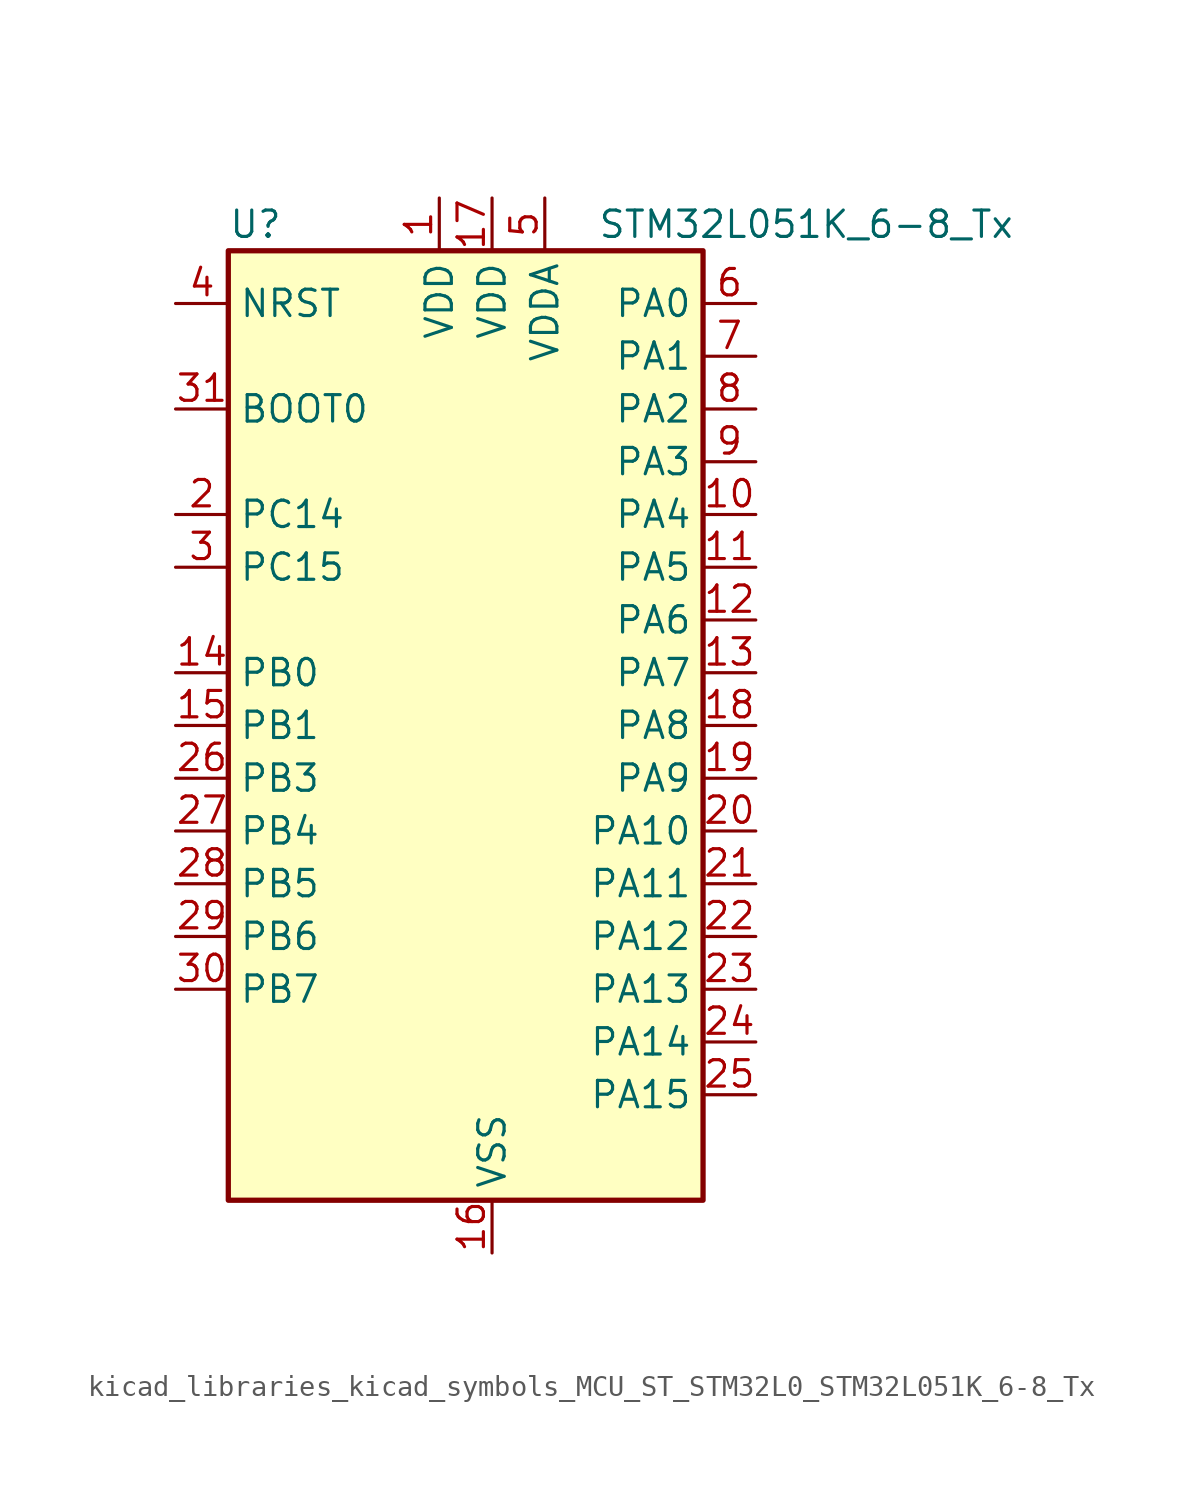
<source format=kicad_sym>
(kicad_symbol_lib
  (version 20220914)
  (generator kicad_symbol_editor)
  (symbol "kicad_libraries_kicad_symbols_MCU_ST_STM32L0_STM32L051K_6-8_Tx"
    (property "Reference" "U"
      (at -10.16 24.13 0)
      (effects (font (size 1.27 1.27)) (justify left)))
    (property "Value" "STM32L051K_6-8_Tx"
      (at 7.62 24.13 0)
      (effects (font (size 1.27 1.27)) (justify left)))
    (property "ki_locked" ""
      (at 0 0 0)
      (effects (font (size 1.27 1.27))))
    (symbol "kicad_libraries_kicad_symbols_MCU_ST_STM32L0_STM32L051K_6-8_Tx_0_1"
      (rectangle (start -10.16 -22.86) (end 12.7 22.86) (stroke (width 0.254) (type default)) (fill (type background))))
    (symbol "kicad_libraries_kicad_symbols_MCU_ST_STM32L0_STM32L051K_6-8_Tx_1_1"
      (pin power_in line (at 0 25.4 270) (length 2.54) (name "VDD" (effects (font (size 1.27 1.27)))) (number "1" (effects (font (size 1.27 1.27)))))
      (pin bidirectional line (at 15.24 10.16 180) (length 2.54) (name "PA4" (effects (font (size 1.27 1.27)))) (number "10" (effects (font (size 1.27 1.27)))) (alternate "ADC_IN4" bidirectional line) (alternate "COMP1_INM" bidirectional line) (alternate "COMP2_INM" bidirectional line) (alternate "SPI1_NSS" bidirectional line) (alternate "TIM22_ETR" bidirectional line) (alternate "USART2_CK" bidirectional line))
      (pin bidirectional line (at 15.24 7.62 180) (length 2.54) (name "PA5" (effects (font (size 1.27 1.27)))) (number "11" (effects (font (size 1.27 1.27)))) (alternate "ADC_IN5" bidirectional line) (alternate "COMP1_INM" bidirectional line) (alternate "COMP2_INM" bidirectional line) (alternate "SPI1_SCK" bidirectional line) (alternate "TIM2_CH1" bidirectional line) (alternate "TIM2_ETR" bidirectional line))
      (pin bidirectional line (at 15.24 5.08 180) (length 2.54) (name "PA6" (effects (font (size 1.27 1.27)))) (number "12" (effects (font (size 1.27 1.27)))) (alternate "ADC_IN6" bidirectional line) (alternate "COMP1_OUT" bidirectional line) (alternate "SPI1_MISO" bidirectional line) (alternate "TIM22_CH1" bidirectional line))
      (pin bidirectional line (at 15.24 2.54 180) (length 2.54) (name "PA7" (effects (font (size 1.27 1.27)))) (number "13" (effects (font (size 1.27 1.27)))) (alternate "ADC_IN7" bidirectional line) (alternate "COMP2_OUT" bidirectional line) (alternate "SPI1_MOSI" bidirectional line) (alternate "TIM22_CH2" bidirectional line))
      (pin bidirectional line (at -12.7 2.54 0) (length 2.54) (name "PB0" (effects (font (size 1.27 1.27)))) (number "14" (effects (font (size 1.27 1.27)))) (alternate "ADC_IN8" bidirectional line) (alternate "SYS_VREF_OUT_PB0" bidirectional line))
      (pin bidirectional line (at -12.7 0 0) (length 2.54) (name "PB1" (effects (font (size 1.27 1.27)))) (number "15" (effects (font (size 1.27 1.27)))) (alternate "ADC_IN9" bidirectional line) (alternate "SYS_VREF_OUT_PB1" bidirectional line))
      (pin power_in line (at 2.54 -25.4 90) (length 2.54) (name "VSS" (effects (font (size 1.27 1.27)))) (number "16" (effects (font (size 1.27 1.27)))))
      (pin power_in line (at 2.54 25.4 270) (length 2.54) (name "VDD" (effects (font (size 1.27 1.27)))) (number "17" (effects (font (size 1.27 1.27)))))
      (pin bidirectional line (at 15.24 0 180) (length 2.54) (name "PA8" (effects (font (size 1.27 1.27)))) (number "18" (effects (font (size 1.27 1.27)))) (alternate "RCC_MCO" bidirectional line) (alternate "USART1_CK" bidirectional line))
      (pin bidirectional line (at 15.24 -2.54 180) (length 2.54) (name "PA9" (effects (font (size 1.27 1.27)))) (number "19" (effects (font (size 1.27 1.27)))) (alternate "RCC_MCO" bidirectional line) (alternate "USART1_TX" bidirectional line))
      (pin bidirectional line (at -12.7 10.16 0) (length 2.54) (name "PC14" (effects (font (size 1.27 1.27)))) (number "2" (effects (font (size 1.27 1.27)))) (alternate "RCC_OSC32_IN" bidirectional line))
      (pin bidirectional line (at 15.24 -5.08 180) (length 2.54) (name "PA10" (effects (font (size 1.27 1.27)))) (number "20" (effects (font (size 1.27 1.27)))) (alternate "USART1_RX" bidirectional line))
      (pin bidirectional line (at 15.24 -7.62 180) (length 2.54) (name "PA11" (effects (font (size 1.27 1.27)))) (number "21" (effects (font (size 1.27 1.27)))) (alternate "ADC_EXTI11" bidirectional line) (alternate "COMP1_OUT" bidirectional line) (alternate "SPI1_MISO" bidirectional line) (alternate "USART1_CTS" bidirectional line))
      (pin bidirectional line (at 15.24 -10.16 180) (length 2.54) (name "PA12" (effects (font (size 1.27 1.27)))) (number "22" (effects (font (size 1.27 1.27)))) (alternate "COMP2_OUT" bidirectional line) (alternate "SPI1_MOSI" bidirectional line) (alternate "USART1_DE" bidirectional line) (alternate "USART1_RTS" bidirectional line))
      (pin bidirectional line (at 15.24 -12.7 180) (length 2.54) (name "PA13" (effects (font (size 1.27 1.27)))) (number "23" (effects (font (size 1.27 1.27)))) (alternate "SYS_SWDIO" bidirectional line))
      (pin bidirectional line (at 15.24 -15.24 180) (length 2.54) (name "PA14" (effects (font (size 1.27 1.27)))) (number "24" (effects (font (size 1.27 1.27)))) (alternate "SYS_SWCLK" bidirectional line) (alternate "USART2_TX" bidirectional line))
      (pin bidirectional line (at 15.24 -17.78 180) (length 2.54) (name "PA15" (effects (font (size 1.27 1.27)))) (number "25" (effects (font (size 1.27 1.27)))) (alternate "SPI1_NSS" bidirectional line) (alternate "TIM2_CH1" bidirectional line) (alternate "TIM2_ETR" bidirectional line) (alternate "USART2_RX" bidirectional line))
      (pin bidirectional line (at -12.7 -2.54 0) (length 2.54) (name "PB3" (effects (font (size 1.27 1.27)))) (number "26" (effects (font (size 1.27 1.27)))) (alternate "COMP2_INM" bidirectional line) (alternate "SPI1_SCK" bidirectional line) (alternate "TIM2_CH2" bidirectional line))
      (pin bidirectional line (at -12.7 -5.08 0) (length 2.54) (name "PB4" (effects (font (size 1.27 1.27)))) (number "27" (effects (font (size 1.27 1.27)))) (alternate "COMP2_INP" bidirectional line) (alternate "SPI1_MISO" bidirectional line) (alternate "TIM22_CH1" bidirectional line))
      (pin bidirectional line (at -12.7 -7.62 0) (length 2.54) (name "PB5" (effects (font (size 1.27 1.27)))) (number "28" (effects (font (size 1.27 1.27)))) (alternate "COMP2_INP" bidirectional line) (alternate "I2C1_SMBA" bidirectional line) (alternate "LPTIM1_IN1" bidirectional line) (alternate "SPI1_MOSI" bidirectional line) (alternate "TIM22_CH2" bidirectional line))
      (pin bidirectional line (at -12.7 -10.16 0) (length 2.54) (name "PB6" (effects (font (size 1.27 1.27)))) (number "29" (effects (font (size 1.27 1.27)))) (alternate "COMP2_INP" bidirectional line) (alternate "I2C1_SCL" bidirectional line) (alternate "LPTIM1_ETR" bidirectional line) (alternate "USART1_TX" bidirectional line))
      (pin bidirectional line (at -12.7 7.62 0) (length 2.54) (name "PC15" (effects (font (size 1.27 1.27)))) (number "3" (effects (font (size 1.27 1.27)))) (alternate "RCC_OSC32_OUT" bidirectional line))
      (pin bidirectional line (at -12.7 -12.7 0) (length 2.54) (name "PB7" (effects (font (size 1.27 1.27)))) (number "30" (effects (font (size 1.27 1.27)))) (alternate "COMP2_INP" bidirectional line) (alternate "I2C1_SDA" bidirectional line) (alternate "LPTIM1_IN2" bidirectional line) (alternate "SYS_PVD_IN" bidirectional line) (alternate "USART1_RX" bidirectional line))
      (pin input line (at -12.7 15.24 0) (length 2.54) (name "BOOT0" (effects (font (size 1.27 1.27)))) (number "31" (effects (font (size 1.27 1.27)))))
      (pin passive line (at 2.54 -25.4 90) (length 2.54) hide (name "VSS" (effects (font (size 1.27 1.27)))) (number "32" (effects (font (size 1.27 1.27)))))
      (pin input line (at -12.7 20.32 0) (length 2.54) (name "NRST" (effects (font (size 1.27 1.27)))) (number "4" (effects (font (size 1.27 1.27)))))
      (pin power_in line (at 5.08 25.4 270) (length 2.54) (name "VDDA" (effects (font (size 1.27 1.27)))) (number "5" (effects (font (size 1.27 1.27)))))
      (pin bidirectional line (at 15.24 20.32 180) (length 2.54) (name "PA0" (effects (font (size 1.27 1.27)))) (number "6" (effects (font (size 1.27 1.27)))) (alternate "ADC_IN0" bidirectional line) (alternate "COMP1_INM" bidirectional line) (alternate "COMP1_OUT" bidirectional line) (alternate "RTC_TAMP2" bidirectional line) (alternate "SYS_WKUP1" bidirectional line) (alternate "TIM2_CH1" bidirectional line) (alternate "TIM2_ETR" bidirectional line) (alternate "USART2_CTS" bidirectional line))
      (pin bidirectional line (at 15.24 17.78 180) (length 2.54) (name "PA1" (effects (font (size 1.27 1.27)))) (number "7" (effects (font (size 1.27 1.27)))) (alternate "ADC_IN1" bidirectional line) (alternate "COMP1_INP" bidirectional line) (alternate "TIM21_ETR" bidirectional line) (alternate "TIM2_CH2" bidirectional line) (alternate "USART2_DE" bidirectional line) (alternate "USART2_RTS" bidirectional line))
      (pin bidirectional line (at 15.24 15.24 180) (length 2.54) (name "PA2" (effects (font (size 1.27 1.27)))) (number "8" (effects (font (size 1.27 1.27)))) (alternate "ADC_IN2" bidirectional line) (alternate "COMP2_INM" bidirectional line) (alternate "COMP2_OUT" bidirectional line) (alternate "TIM21_CH1" bidirectional line) (alternate "TIM2_CH3" bidirectional line) (alternate "USART2_TX" bidirectional line))
      (pin bidirectional line (at 15.24 12.7 180) (length 2.54) (name "PA3" (effects (font (size 1.27 1.27)))) (number "9" (effects (font (size 1.27 1.27)))) (alternate "ADC_IN3" bidirectional line) (alternate "COMP2_INP" bidirectional line) (alternate "TIM21_CH2" bidirectional line) (alternate "TIM2_CH4" bidirectional line) (alternate "USART2_RX" bidirectional line)))))
</source>
